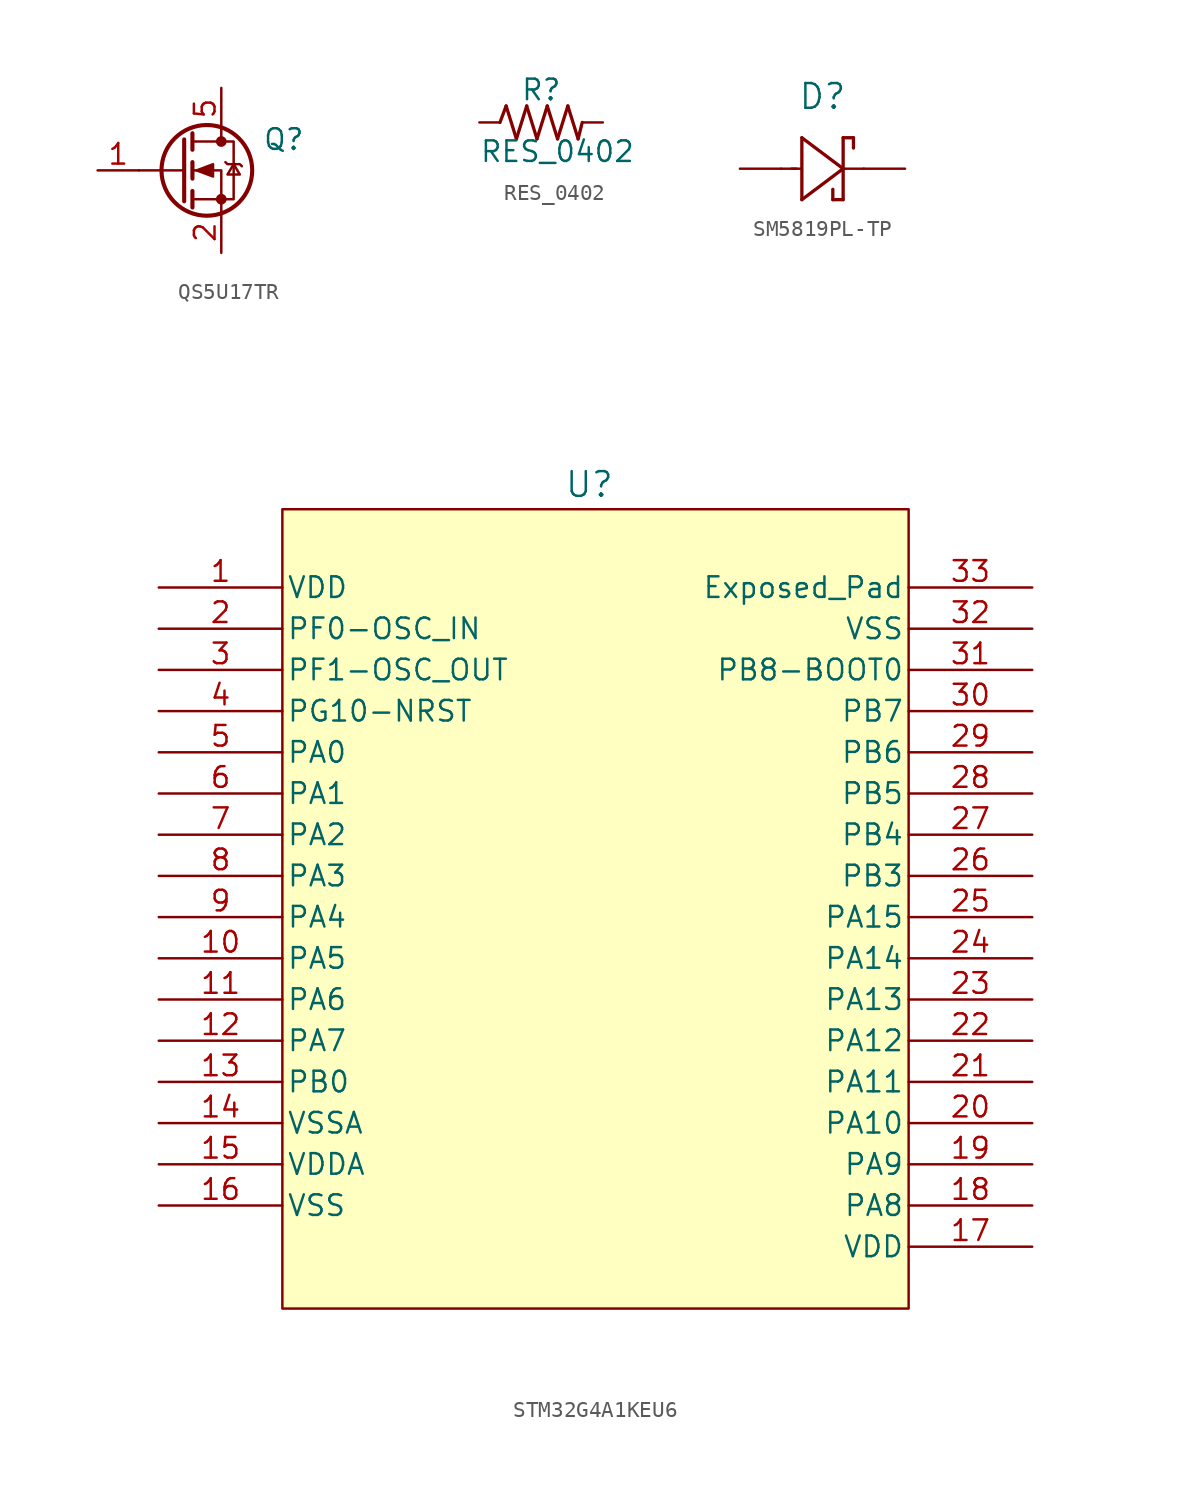
<source format=kicad_sym>
(kicad_symbol_lib
  (version 20220914)
  (generator kicad_symbol_editor)
  (symbol "QS5U17TR"
    (pin_names hide)
    (property "Reference" "Q"
      (at 5.08 1.905 0)
      (effects (font (size 1.27 1.27)) (justify left)))
    (symbol "QS5U17TR_0_1"
      (polyline (pts (xy 0.254 0) (xy -2.54 0)) (stroke (width 0) (type default)) (fill (type none)))
      (polyline (pts (xy 0.254 1.905) (xy 0.254 -1.905)) (stroke (width 0.254) (type default)) (fill (type none)))
      (polyline (pts (xy 0.762 -1.27) (xy 0.762 -2.286)) (stroke (width 0.254) (type default)) (fill (type none)))
      (polyline (pts (xy 0.762 0.508) (xy 0.762 -0.508)) (stroke (width 0.254) (type default)) (fill (type none)))
      (polyline (pts (xy 0.762 2.286) (xy 0.762 1.27)) (stroke (width 0.254) (type default)) (fill (type none)))
      (polyline (pts (xy 2.54 2.54) (xy 2.54 1.778)) (stroke (width 0) (type default)) (fill (type none)))
      (polyline (pts (xy 2.54 -2.54) (xy 2.54 0) (xy 0.762 0)) (stroke (width 0) (type default)) (fill (type none)))
      (polyline (pts (xy 0.762 -1.778) (xy 3.302 -1.778) (xy 3.302 1.778) (xy 0.762 1.778)) (stroke (width 0) (type default)) (fill (type none)))
      (polyline (pts (xy 1.016 0) (xy 2.032 0.381) (xy 2.032 -0.381) (xy 1.016 0)) (stroke (width 0) (type default)) (fill (type outline)))
      (polyline (pts (xy 2.794 0.508) (xy 2.921 0.381) (xy 3.683 0.381) (xy 3.81 0.254)) (stroke (width 0) (type default)) (fill (type none)))
      (polyline (pts (xy 3.302 0.381) (xy 2.921 -0.254) (xy 3.683 -0.254) (xy 3.302 0.381)) (stroke (width 0) (type default)) (fill (type none)))
      (circle (center 1.651 0) (radius 2.794) (stroke (width 0.254) (type default)) (fill (type none)))
      (circle (center 2.54 -1.778) (radius 0.254) (stroke (width 0) (type default)) (fill (type outline)))
      (circle (center 2.54 1.778) (radius 0.254) (stroke (width 0) (type default)) (fill (type outline))))
    (symbol "QS5U17TR_1_1"
      (pin input line (at -5.08 0 0) (length 2.54) (name "G" (effects (font (size 1.27 1.27)))) (number "1" (effects (font (size 1.27 1.27)))))
      (pin passive line (at 2.54 -5.08 90) (length 2.54) (name "S" (effects (font (size 1.27 1.27)))) (number "2" (effects (font (size 1.27 1.27)))))
      (pin no_connect line (at 8.89 0.635 270) (length 2.54) hide (name "" (effects (font (size 1.27 1.27)))) (number "3" (effects (font (size 1.27 1.27)))))
      (pin no_connect line (at 11.43 0.635 270) (length 2.54) hide (name "" (effects (font (size 1.27 1.27)))) (number "4" (effects (font (size 1.27 1.27)))))
      (pin passive line (at 2.54 5.08 270) (length 2.54) (name "D" (effects (font (size 1.27 1.27)))) (number "5" (effects (font (size 1.27 1.27)))))))
  (symbol "RES_0402"
    (pin_numbers hide)
    (pin_names
      (offset 1.016) hide)
    (property "Reference" "R"
      (at -1.27 1.27 0)
      (effects (font (size 1.27 1.27)) (justify left bottom)))
    (property "Value" "RES_0402"
      (at -3.81 -2.54 0)
      (effects (font (size 1.27 1.27)) (justify left bottom)))
    (symbol "RES_0402_0_0"
      (polyline (pts (xy -2.54 0) (xy -2.159 1.016)) (stroke (width 0.203) (type default)) (fill (type none)))
      (polyline (pts (xy -2.159 1.016) (xy -1.524 -1.016)) (stroke (width 0.203) (type default)) (fill (type none)))
      (polyline (pts (xy -1.524 -1.016) (xy -0.889 1.016)) (stroke (width 0.203) (type default)) (fill (type none)))
      (polyline (pts (xy -0.889 1.016) (xy -0.254 -1.016)) (stroke (width 0.203) (type default)) (fill (type none)))
      (polyline (pts (xy -0.254 -1.016) (xy 0.381 1.016)) (stroke (width 0.203) (type default)) (fill (type none)))
      (polyline (pts (xy 0.381 1.016) (xy 1.016 -1.016)) (stroke (width 0.203) (type default)) (fill (type none)))
      (polyline (pts (xy 1.016 -1.016) (xy 1.651 1.016)) (stroke (width 0.203) (type default)) (fill (type none)))
      (polyline (pts (xy 1.651 1.016) (xy 2.286 -1.016)) (stroke (width 0.203) (type default)) (fill (type none)))
      (polyline (pts (xy 2.286 -1.016) (xy 2.54 0)) (stroke (width 0.203) (type default)) (fill (type none)))
      (pin passive line (at -3.81 0 0) (length 1.27) (name "~" (effects (font (size 1.016 1.016)))) (number "1" (effects (font (size 1.016 1.016)))))
      (pin passive line (at 3.81 0 180) (length 1.27) (name "~" (effects (font (size 1.016 1.016)))) (number "2" (effects (font (size 1.016 1.016)))))))
  (symbol "SM5819PL-TP"
    (pin_numbers hide)
    (pin_names hide)
    (property "Reference" "D"
      (at 0 4.445 0)
      (effects (font (size 1.524 1.524))))
    (symbol "SM5819PL-TP_1_1"
      (polyline (pts (xy -2.54 0) (xy -1.6 0)) (stroke (width 0.152) (type default)) (fill (type none)))
      (polyline (pts (xy -1.905 0) (xy -1.27 0)) (stroke (width 0.152) (type default)) (fill (type none)))
      (polyline (pts (xy -1.27 -1.905) (xy 1.27 0)) (stroke (width 0.203) (type default)) (fill (type none)))
      (polyline (pts (xy -1.27 1.905) (xy -1.27 -1.905)) (stroke (width 0.203) (type default)) (fill (type none)))
      (polyline (pts (xy 0.635 -1.905) (xy 0.635 -1.27)) (stroke (width 0.203) (type default)) (fill (type none)))
      (polyline (pts (xy 1.27 -1.905) (xy 0.635 -1.905)) (stroke (width 0.203) (type default)) (fill (type none)))
      (polyline (pts (xy 1.27 -1.905) (xy 1.27 1.905)) (stroke (width 0.203) (type default)) (fill (type none)))
      (polyline (pts (xy 1.27 0) (xy -1.27 1.905)) (stroke (width 0.203) (type default)) (fill (type none)))
      (polyline (pts (xy 1.27 0) (xy 2.54 0)) (stroke (width 0.152) (type default)) (fill (type none)))
      (polyline (pts (xy 1.27 1.905) (xy 1.905 1.905)) (stroke (width 0.203) (type default)) (fill (type none)))
      (polyline (pts (xy 1.905 1.905) (xy 1.905 1.27)) (stroke (width 0.203) (type default)) (fill (type none)))
      (pin passive line (at 5.08 0 180) (length 2.54) (name "~" (effects (font (size 1.499 1.499)))) (number "1" (effects (font (size 1.499 1.499)))))
      (pin passive line (at -5.08 0 0) (length 2.54) (name "~" (effects (font (size 1.499 1.499)))) (number "2" (effects (font (size 1.499 1.499)))))))
  (symbol "STM32G4A1KEU6"
    (pin_names
      (offset 0.254))
    (property "Reference" "U"
      (at -0.635 24.13 0)
      (effects (font (size 1.524 1.524))))
    (symbol "STM32G4A1KEU6_0_1"
      (rectangle (start -19.558 22.606) (end 19.05 -26.67) (stroke (width 0.152) (type default)) (fill (type background)))
      (pin power_in line (at -27.178 17.78 0) (length 7.62) (name "VDD" (effects (font (size 1.27 1.27)))) (number "1" (effects (font (size 1.27 1.27)))))
      (pin bidirectional line (at -27.178 -5.08 0) (length 7.62) (name "PA5" (effects (font (size 1.27 1.27)))) (number "10" (effects (font (size 1.27 1.27)))))
      (pin bidirectional line (at -27.178 -7.62 0) (length 7.62) (name "PA6" (effects (font (size 1.27 1.27)))) (number "11" (effects (font (size 1.27 1.27)))))
      (pin bidirectional line (at -27.178 -10.16 0) (length 7.62) (name "PA7" (effects (font (size 1.27 1.27)))) (number "12" (effects (font (size 1.27 1.27)))))
      (pin bidirectional line (at -27.178 -12.7 0) (length 7.62) (name "PB0" (effects (font (size 1.27 1.27)))) (number "13" (effects (font (size 1.27 1.27)))))
      (pin power_out line (at -27.178 -15.24 0) (length 7.62) (name "VSSA" (effects (font (size 1.27 1.27)))) (number "14" (effects (font (size 1.27 1.27)))))
      (pin power_in line (at -27.178 -17.78 0) (length 7.62) (name "VDDA" (effects (font (size 1.27 1.27)))) (number "15" (effects (font (size 1.27 1.27)))))
      (pin power_out line (at -27.178 -20.32 0) (length 7.62) (name "VSS" (effects (font (size 1.27 1.27)))) (number "16" (effects (font (size 1.27 1.27)))))
      (pin power_in line (at 26.67 -22.86 180) (length 7.62) (name "VDD" (effects (font (size 1.27 1.27)))) (number "17" (effects (font (size 1.27 1.27)))))
      (pin bidirectional line (at 26.67 -20.32 180) (length 7.62) (name "PA8" (effects (font (size 1.27 1.27)))) (number "18" (effects (font (size 1.27 1.27)))))
      (pin bidirectional line (at 26.67 -17.78 180) (length 7.62) (name "PA9" (effects (font (size 1.27 1.27)))) (number "19" (effects (font (size 1.27 1.27)))))
      (pin bidirectional line (at -27.178 15.24 0) (length 7.62) (name "PF0-OSC_IN" (effects (font (size 1.27 1.27)))) (number "2" (effects (font (size 1.27 1.27)))))
      (pin bidirectional line (at 26.67 -15.24 180) (length 7.62) (name "PA10" (effects (font (size 1.27 1.27)))) (number "20" (effects (font (size 1.27 1.27)))))
      (pin bidirectional line (at 26.67 -12.7 180) (length 7.62) (name "PA11" (effects (font (size 1.27 1.27)))) (number "21" (effects (font (size 1.27 1.27)))))
      (pin bidirectional line (at 26.67 -10.16 180) (length 7.62) (name "PA12" (effects (font (size 1.27 1.27)))) (number "22" (effects (font (size 1.27 1.27)))))
      (pin bidirectional line (at 26.67 -7.62 180) (length 7.62) (name "PA13" (effects (font (size 1.27 1.27)))) (number "23" (effects (font (size 1.27 1.27)))))
      (pin bidirectional line (at 26.67 -5.08 180) (length 7.62) (name "PA14" (effects (font (size 1.27 1.27)))) (number "24" (effects (font (size 1.27 1.27)))))
      (pin bidirectional line (at 26.67 -2.54 180) (length 7.62) (name "PA15" (effects (font (size 1.27 1.27)))) (number "25" (effects (font (size 1.27 1.27)))))
      (pin bidirectional line (at 26.67 0 180) (length 7.62) (name "PB3" (effects (font (size 1.27 1.27)))) (number "26" (effects (font (size 1.27 1.27)))))
      (pin bidirectional line (at 26.67 2.54 180) (length 7.62) (name "PB4" (effects (font (size 1.27 1.27)))) (number "27" (effects (font (size 1.27 1.27)))))
      (pin bidirectional line (at 26.67 5.08 180) (length 7.62) (name "PB5" (effects (font (size 1.27 1.27)))) (number "28" (effects (font (size 1.27 1.27)))))
      (pin bidirectional line (at 26.67 7.62 180) (length 7.62) (name "PB6" (effects (font (size 1.27 1.27)))) (number "29" (effects (font (size 1.27 1.27)))))
      (pin output line (at -27.178 12.7 0) (length 7.62) (name "PF1-OSC_OUT" (effects (font (size 1.27 1.27)))) (number "3" (effects (font (size 1.27 1.27)))))
      (pin bidirectional line (at 26.67 10.16 180) (length 7.62) (name "PB7" (effects (font (size 1.27 1.27)))) (number "30" (effects (font (size 1.27 1.27)))))
      (pin bidirectional line (at 26.67 12.7 180) (length 7.62) (name "PB8-BOOT0" (effects (font (size 1.27 1.27)))) (number "31" (effects (font (size 1.27 1.27)))))
      (pin power_out line (at 26.67 15.24 180) (length 7.62) (name "VSS" (effects (font (size 1.27 1.27)))) (number "32" (effects (font (size 1.27 1.27)))))
      (pin unspecified line (at 26.67 17.78 180) (length 7.62) (name "Exposed_Pad" (effects (font (size 1.27 1.27)))) (number "33" (effects (font (size 1.27 1.27)))))
      (pin unspecified line (at -27.178 10.16 0) (length 7.62) (name "PG10-NRST" (effects (font (size 1.27 1.27)))) (number "4" (effects (font (size 1.27 1.27)))))
      (pin bidirectional line (at -27.178 7.62 0) (length 7.62) (name "PA0" (effects (font (size 1.27 1.27)))) (number "5" (effects (font (size 1.27 1.27)))))
      (pin bidirectional line (at -27.178 5.08 0) (length 7.62) (name "PA1" (effects (font (size 1.27 1.27)))) (number "6" (effects (font (size 1.27 1.27)))))
      (pin bidirectional line (at -27.178 2.54 0) (length 7.62) (name "PA2" (effects (font (size 1.27 1.27)))) (number "7" (effects (font (size 1.27 1.27)))))
      (pin bidirectional line (at -27.178 0 0) (length 7.62) (name "PA3" (effects (font (size 1.27 1.27)))) (number "8" (effects (font (size 1.27 1.27)))))
      (pin unspecified line (at -27.178 -2.54 0) (length 7.62) (name "PA4" (effects (font (size 1.27 1.27)))) (number "9" (effects (font (size 1.27 1.27))))))))
</source>
